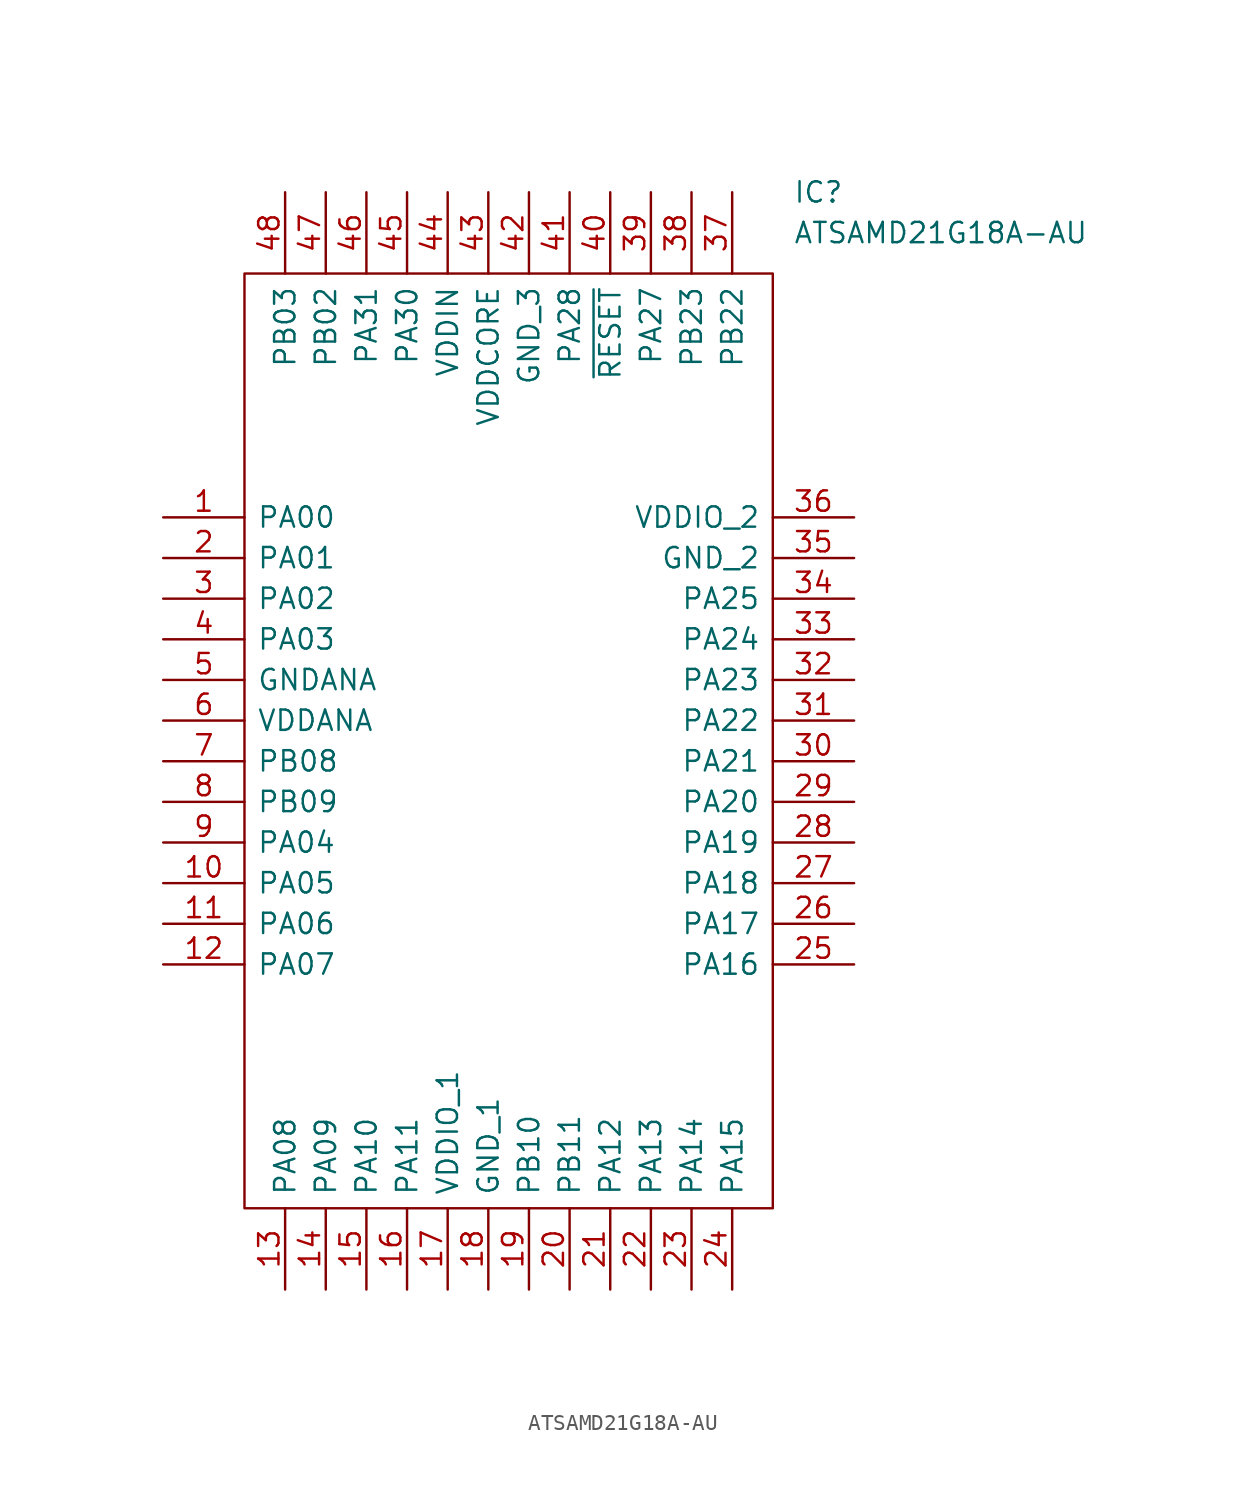
<source format=kicad_sym>
(kicad_symbol_lib
  (version 20211014)
  (generator kicad_symbol_editor)
  (symbol "ATSAMD21G18A-AU"
    (pin_names
      (offset 0.762))
    (property "Reference" "IC"
      (at 39.37 20.32 0)
      (effects (font (size 1.27 1.27)) (justify left)))
    (property "Value" "ATSAMD21G18A-AU"
      (at 39.37 17.78 0)
      (effects (font (size 1.27 1.27)) (justify left)))
    (symbol "ATSAMD21G18A-AU_0_0"
      (pin passive line (at 0 0 0) (length 5.08) (name "PA00" (effects (font (size 1.27 1.27)))) (number "1" (effects (font (size 1.27 1.27)))))
      (pin passive line (at 0 -22.86 0) (length 5.08) (name "PA05" (effects (font (size 1.27 1.27)))) (number "10" (effects (font (size 1.27 1.27)))))
      (pin passive line (at 0 -25.4 0) (length 5.08) (name "PA06" (effects (font (size 1.27 1.27)))) (number "11" (effects (font (size 1.27 1.27)))))
      (pin passive line (at 0 -27.94 0) (length 5.08) (name "PA07" (effects (font (size 1.27 1.27)))) (number "12" (effects (font (size 1.27 1.27)))))
      (pin passive line (at 7.62 -48.26 90) (length 5.08) (name "PA08" (effects (font (size 1.27 1.27)))) (number "13" (effects (font (size 1.27 1.27)))))
      (pin passive line (at 10.16 -48.26 90) (length 5.08) (name "PA09" (effects (font (size 1.27 1.27)))) (number "14" (effects (font (size 1.27 1.27)))))
      (pin passive line (at 12.7 -48.26 90) (length 5.08) (name "PA10" (effects (font (size 1.27 1.27)))) (number "15" (effects (font (size 1.27 1.27)))))
      (pin passive line (at 15.24 -48.26 90) (length 5.08) (name "PA11" (effects (font (size 1.27 1.27)))) (number "16" (effects (font (size 1.27 1.27)))))
      (pin passive line (at 17.78 -48.26 90) (length 5.08) (name "VDDIO_1" (effects (font (size 1.27 1.27)))) (number "17" (effects (font (size 1.27 1.27)))))
      (pin passive line (at 20.32 -48.26 90) (length 5.08) (name "GND_1" (effects (font (size 1.27 1.27)))) (number "18" (effects (font (size 1.27 1.27)))))
      (pin passive line (at 22.86 -48.26 90) (length 5.08) (name "PB10" (effects (font (size 1.27 1.27)))) (number "19" (effects (font (size 1.27 1.27)))))
      (pin passive line (at 0 -2.54 0) (length 5.08) (name "PA01" (effects (font (size 1.27 1.27)))) (number "2" (effects (font (size 1.27 1.27)))))
      (pin passive line (at 25.4 -48.26 90) (length 5.08) (name "PB11" (effects (font (size 1.27 1.27)))) (number "20" (effects (font (size 1.27 1.27)))))
      (pin passive line (at 27.94 -48.26 90) (length 5.08) (name "PA12" (effects (font (size 1.27 1.27)))) (number "21" (effects (font (size 1.27 1.27)))))
      (pin passive line (at 30.48 -48.26 90) (length 5.08) (name "PA13" (effects (font (size 1.27 1.27)))) (number "22" (effects (font (size 1.27 1.27)))))
      (pin passive line (at 33.02 -48.26 90) (length 5.08) (name "PA14" (effects (font (size 1.27 1.27)))) (number "23" (effects (font (size 1.27 1.27)))))
      (pin passive line (at 35.56 -48.26 90) (length 5.08) (name "PA15" (effects (font (size 1.27 1.27)))) (number "24" (effects (font (size 1.27 1.27)))))
      (pin passive line (at 43.18 -27.94 180) (length 5.08) (name "PA16" (effects (font (size 1.27 1.27)))) (number "25" (effects (font (size 1.27 1.27)))))
      (pin passive line (at 43.18 -25.4 180) (length 5.08) (name "PA17" (effects (font (size 1.27 1.27)))) (number "26" (effects (font (size 1.27 1.27)))))
      (pin passive line (at 43.18 -22.86 180) (length 5.08) (name "PA18" (effects (font (size 1.27 1.27)))) (number "27" (effects (font (size 1.27 1.27)))))
      (pin passive line (at 43.18 -20.32 180) (length 5.08) (name "PA19" (effects (font (size 1.27 1.27)))) (number "28" (effects (font (size 1.27 1.27)))))
      (pin passive line (at 43.18 -17.78 180) (length 5.08) (name "PA20" (effects (font (size 1.27 1.27)))) (number "29" (effects (font (size 1.27 1.27)))))
      (pin passive line (at 0 -5.08 0) (length 5.08) (name "PA02" (effects (font (size 1.27 1.27)))) (number "3" (effects (font (size 1.27 1.27)))))
      (pin passive line (at 43.18 -15.24 180) (length 5.08) (name "PA21" (effects (font (size 1.27 1.27)))) (number "30" (effects (font (size 1.27 1.27)))))
      (pin passive line (at 43.18 -12.7 180) (length 5.08) (name "PA22" (effects (font (size 1.27 1.27)))) (number "31" (effects (font (size 1.27 1.27)))))
      (pin passive line (at 43.18 -10.16 180) (length 5.08) (name "PA23" (effects (font (size 1.27 1.27)))) (number "32" (effects (font (size 1.27 1.27)))))
      (pin passive line (at 43.18 -7.62 180) (length 5.08) (name "PA24" (effects (font (size 1.27 1.27)))) (number "33" (effects (font (size 1.27 1.27)))))
      (pin passive line (at 43.18 -5.08 180) (length 5.08) (name "PA25" (effects (font (size 1.27 1.27)))) (number "34" (effects (font (size 1.27 1.27)))))
      (pin passive line (at 43.18 -2.54 180) (length 5.08) (name "GND_2" (effects (font (size 1.27 1.27)))) (number "35" (effects (font (size 1.27 1.27)))))
      (pin passive line (at 43.18 0 180) (length 5.08) (name "VDDIO_2" (effects (font (size 1.27 1.27)))) (number "36" (effects (font (size 1.27 1.27)))))
      (pin passive line (at 35.56 20.32 270) (length 5.08) (name "PB22" (effects (font (size 1.27 1.27)))) (number "37" (effects (font (size 1.27 1.27)))))
      (pin passive line (at 33.02 20.32 270) (length 5.08) (name "PB23" (effects (font (size 1.27 1.27)))) (number "38" (effects (font (size 1.27 1.27)))))
      (pin passive line (at 30.48 20.32 270) (length 5.08) (name "PA27" (effects (font (size 1.27 1.27)))) (number "39" (effects (font (size 1.27 1.27)))))
      (pin passive line (at 0 -7.62 0) (length 5.08) (name "PA03" (effects (font (size 1.27 1.27)))) (number "4" (effects (font (size 1.27 1.27)))))
      (pin passive line (at 27.94 20.32 270) (length 5.08) (name "~{RESET}" (effects (font (size 1.27 1.27)))) (number "40" (effects (font (size 1.27 1.27)))))
      (pin passive line (at 25.4 20.32 270) (length 5.08) (name "PA28" (effects (font (size 1.27 1.27)))) (number "41" (effects (font (size 1.27 1.27)))))
      (pin passive line (at 22.86 20.32 270) (length 5.08) (name "GND_3" (effects (font (size 1.27 1.27)))) (number "42" (effects (font (size 1.27 1.27)))))
      (pin passive line (at 20.32 20.32 270) (length 5.08) (name "VDDCORE" (effects (font (size 1.27 1.27)))) (number "43" (effects (font (size 1.27 1.27)))))
      (pin passive line (at 17.78 20.32 270) (length 5.08) (name "VDDIN" (effects (font (size 1.27 1.27)))) (number "44" (effects (font (size 1.27 1.27)))))
      (pin passive line (at 15.24 20.32 270) (length 5.08) (name "PA30" (effects (font (size 1.27 1.27)))) (number "45" (effects (font (size 1.27 1.27)))))
      (pin passive line (at 12.7 20.32 270) (length 5.08) (name "PA31" (effects (font (size 1.27 1.27)))) (number "46" (effects (font (size 1.27 1.27)))))
      (pin passive line (at 10.16 20.32 270) (length 5.08) (name "PB02" (effects (font (size 1.27 1.27)))) (number "47" (effects (font (size 1.27 1.27)))))
      (pin passive line (at 7.62 20.32 270) (length 5.08) (name "PB03" (effects (font (size 1.27 1.27)))) (number "48" (effects (font (size 1.27 1.27)))))
      (pin passive line (at 0 -10.16 0) (length 5.08) (name "GNDANA" (effects (font (size 1.27 1.27)))) (number "5" (effects (font (size 1.27 1.27)))))
      (pin passive line (at 0 -12.7 0) (length 5.08) (name "VDDANA" (effects (font (size 1.27 1.27)))) (number "6" (effects (font (size 1.27 1.27)))))
      (pin passive line (at 0 -15.24 0) (length 5.08) (name "PB08" (effects (font (size 1.27 1.27)))) (number "7" (effects (font (size 1.27 1.27)))))
      (pin passive line (at 0 -17.78 0) (length 5.08) (name "PB09" (effects (font (size 1.27 1.27)))) (number "8" (effects (font (size 1.27 1.27)))))
      (pin passive line (at 0 -20.32 0) (length 5.08) (name "PA04" (effects (font (size 1.27 1.27)))) (number "9" (effects (font (size 1.27 1.27))))))
    (symbol "ATSAMD21G18A-AU_0_1"
      (polyline (pts (xy 5.08 15.24) (xy 38.1 15.24) (xy 38.1 -43.18) (xy 5.08 -43.18) (xy 5.08 15.24)) (stroke (width 0.152) (type default) (color 0 0 0 0)) (fill (type none))))))
</source>
